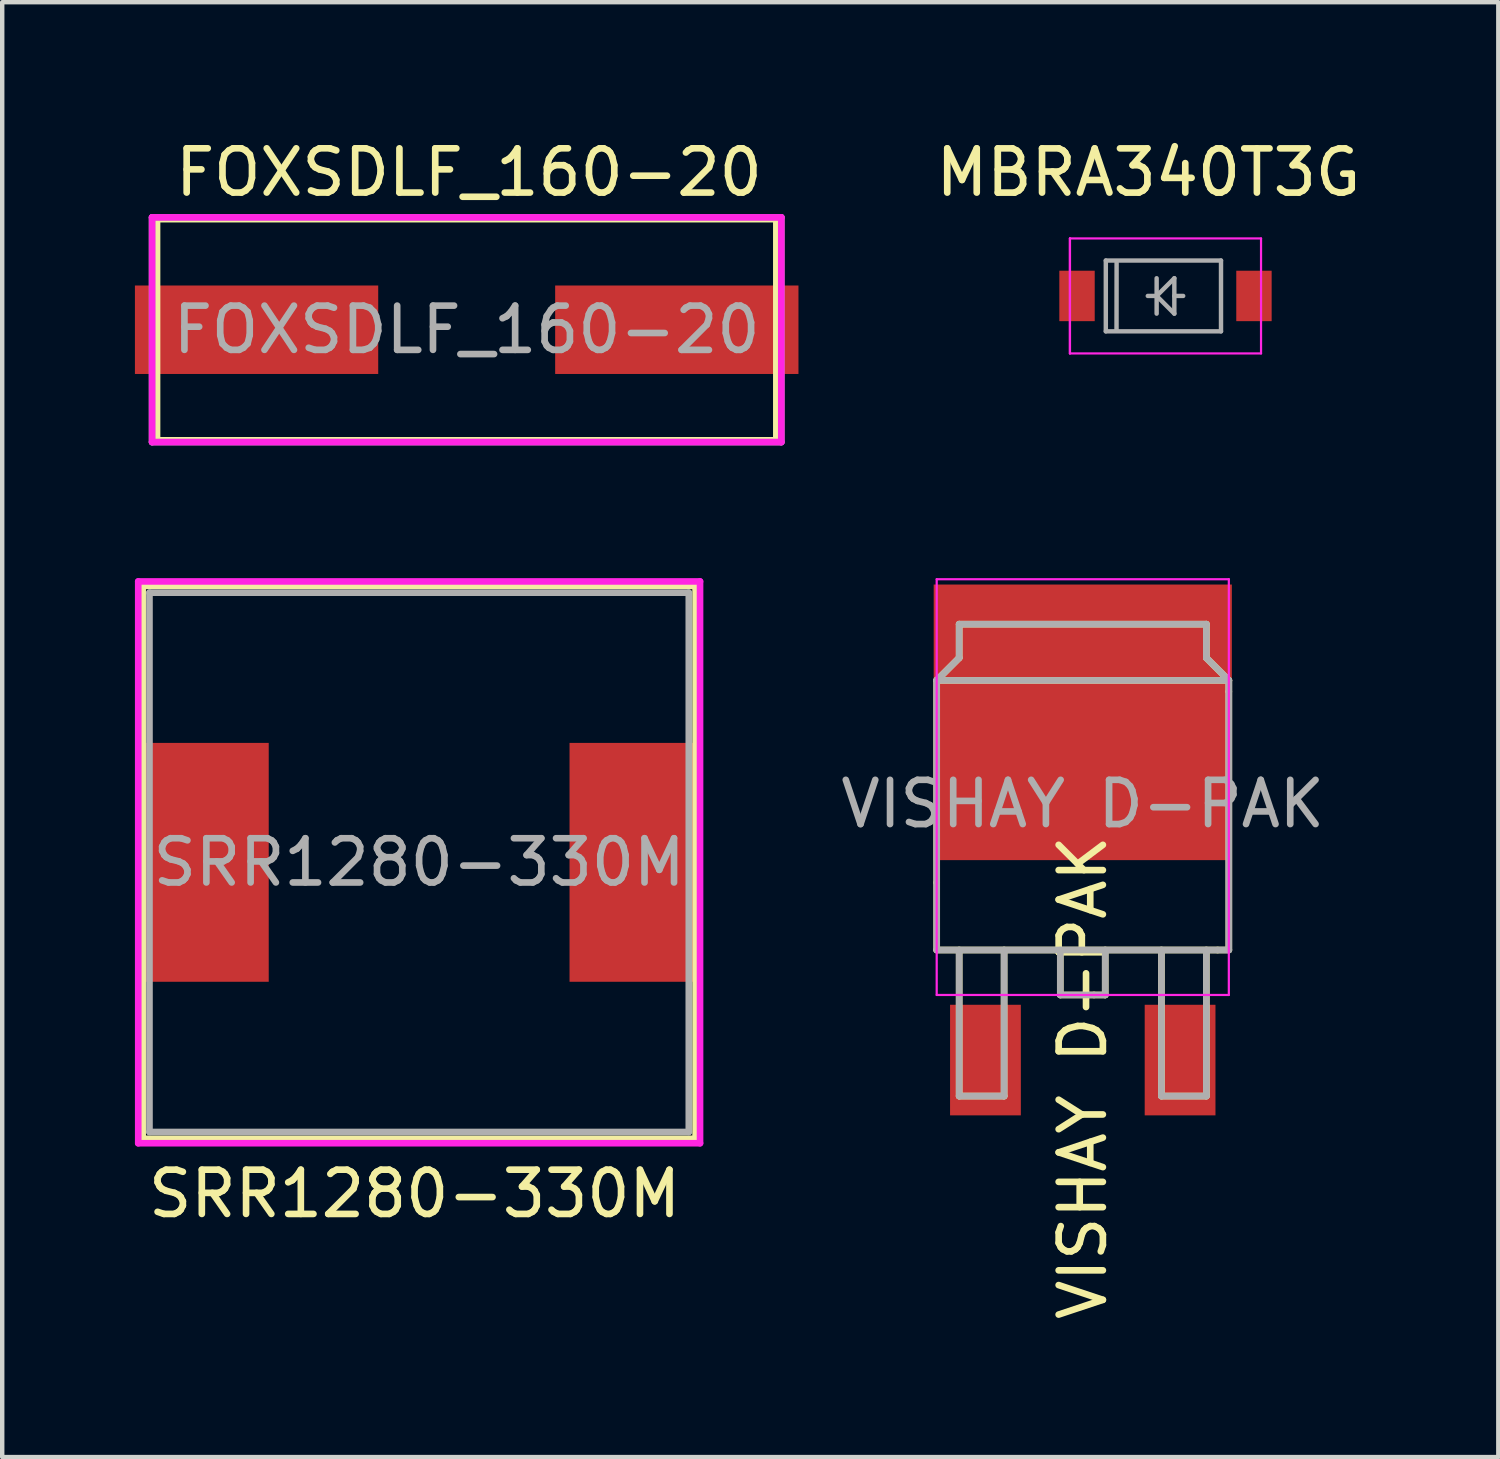
<source format=kicad_pcb>
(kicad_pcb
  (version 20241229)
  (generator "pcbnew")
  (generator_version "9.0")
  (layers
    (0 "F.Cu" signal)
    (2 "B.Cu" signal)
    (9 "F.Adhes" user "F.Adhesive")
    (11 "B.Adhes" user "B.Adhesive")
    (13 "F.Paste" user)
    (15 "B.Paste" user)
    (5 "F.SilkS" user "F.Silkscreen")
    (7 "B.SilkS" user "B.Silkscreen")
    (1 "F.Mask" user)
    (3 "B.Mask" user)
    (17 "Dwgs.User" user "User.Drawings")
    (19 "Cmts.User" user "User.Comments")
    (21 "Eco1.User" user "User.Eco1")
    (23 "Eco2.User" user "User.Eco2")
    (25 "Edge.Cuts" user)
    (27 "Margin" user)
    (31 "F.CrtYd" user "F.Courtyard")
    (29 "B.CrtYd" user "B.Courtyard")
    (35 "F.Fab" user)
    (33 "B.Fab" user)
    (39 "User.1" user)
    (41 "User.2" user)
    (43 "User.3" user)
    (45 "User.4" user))
  (footprint "MBRA340T3G"
    (layer "F.Cu")
    (at 23.297 3.64)
    (property "Reference" "MBRA340T3G" (at -0.386 -2.791 0) (layer "F.SilkS") (effects (font (size 1 1) (thickness 0.15))))
    (attr smd)
    (fp_line (start -2.16 -1.3) (end -2.16 1.3) (stroke (width 0.05) (type solid)) (layer "F.CrtYd"))
    (fp_line (start -2.16 -1.3) (end -2.16 1.3) (stroke (width 0.05) (type solid)) (layer "F.CrtYd"))
    (fp_line (start -2.16 -1.3) (end 2.16 -1.3) (stroke (width 0.05) (type solid)) (layer "F.CrtYd"))
    (fp_line (start -2.16 1.3) (end 2.16 1.3) (stroke (width 0.05) (type solid)) (layer "F.CrtYd"))
    (fp_line (start 2.16 1.3) (end 2.16 -1.3) (stroke (width 0.05) (type solid)) (layer "F.CrtYd"))
    (fp_line (start -1.349 -0.8) (end 1.255 -0.8) (stroke (width 0.1) (type solid)) (layer "F.Fab"))
    (fp_line (start -1.349 0.8) (end -1.349 -0.8) (stroke (width 0.1) (type solid)) (layer "F.Fab"))
    (fp_line (start -1.105 -0.752) (end -1.107 0.775) (stroke (width 0.1) (type solid)) (layer "F.Fab"))
    (fp_line (start -0.4 0) (end -0.2 0) (stroke (width 0.1) (type solid)) (layer "F.Fab"))
    (fp_line (start -0.2 -0.4) (end -0.2 0) (stroke (width 0.1) (type solid)) (layer "F.Fab"))
    (fp_line (start -0.2 0) (end -0.2 0.4) (stroke (width 0.1) (type solid)) (layer "F.Fab"))
    (fp_line (start -0.2 0) (end 0.2 -0.4) (stroke (width 0.1) (type solid)) (layer "F.Fab"))
    (fp_line (start 0.2 -0.4) (end 0.2 0.4) (stroke (width 0.1) (type solid)) (layer "F.Fab"))
    (fp_line (start 0.2 0) (end 0.4 0) (stroke (width 0.1) (type solid)) (layer "F.Fab"))
    (fp_line (start 0.2 0.4) (end -0.2 0) (stroke (width 0.1) (type solid)) (layer "F.Fab"))
    (fp_line (start 1.255 -0.8) (end 1.255 0.8) (stroke (width 0.1) (type solid)) (layer "F.Fab"))
    (fp_line (start 1.255 0.8) (end -1.349 0.8) (stroke (width 0.1) (type solid)) (layer "F.Fab"))
    (pad "1" smd rect (at -2 0 180) (size 0.8 1.14) (layers "F.Cu" "F.Mask" "F.Paste"))
    (pad "2" smd rect (at 2 0 180) (size 0.8 1.14) (layers "F.Cu" "F.Mask" "F.Paste")))
  (footprint "VISHAY D-PAK"
    (layer "F.Cu")
    (at 21.427 17.664)
    (property "Reference" "VISHAY D-PAK" (at 0 3.646 270) (layer "F.SilkS") (effects (font (size 1 1) (thickness 0.15))))
    (attr through_hole)
    (fp_line (start -3.302 -5.334) (end -3.302 -0.762) (stroke (width 0.15) (type solid)) (layer "F.SilkS"))
    (fp_line (start -3.302 -0.762) (end -3.302 0.762) (stroke (width 0.15) (type solid)) (layer "F.SilkS"))
    (fp_line (start -3.302 0.762) (end 3.048 0.762) (stroke (width 0.15) (type solid)) (layer "F.SilkS"))
    (fp_line (start -2.794 -6.604) (end -2.794 -5.842) (stroke (width 0.15) (type solid)) (layer "F.SilkS"))
    (fp_line (start -2.794 -5.842) (end -3.302 -5.334) (stroke (width 0.15) (type solid)) (layer "F.SilkS"))
    (fp_line (start -2.794 0.762) (end -2.794 4.064) (stroke (width 0.15) (type solid)) (layer "F.SilkS"))
    (fp_line (start -2.794 4.064) (end -1.778 4.064) (stroke (width 0.15) (type solid)) (layer "F.SilkS"))
    (fp_line (start -1.778 4.064) (end -1.778 0.762) (stroke (width 0.15) (type solid)) (layer "F.SilkS"))
    (fp_line (start -0.508 0.762) (end -0.508 1.778) (stroke (width 0.15) (type solid)) (layer "F.SilkS"))
    (fp_line (start -0.508 1.778) (end 0.254 1.778) (stroke (width 0.15) (type solid)) (layer "F.SilkS"))
    (fp_line (start 0.254 1.778) (end 0.508 1.778) (stroke (width 0.15) (type solid)) (layer "F.SilkS"))
    (fp_line (start 0.508 1.778) (end 0.508 0.762) (stroke (width 0.15) (type solid)) (layer "F.SilkS"))
    (fp_line (start 1.778 0.762) (end 1.778 4.064) (stroke (width 0.15) (type solid)) (layer "F.SilkS"))
    (fp_line (start 2.794 -6.604) (end -2.794 -6.604) (stroke (width 0.15) (type solid)) (layer "F.SilkS"))
    (fp_line (start 2.794 -5.842) (end 2.794 -6.604) (stroke (width 0.15) (type solid)) (layer "F.SilkS"))
    (fp_line (start 2.794 4.064) (end 1.778 4.064) (stroke (width 0.15) (type solid)) (layer "F.SilkS"))
    (fp_line (start 2.794 4.064) (end 2.794 0.762) (stroke (width 0.15) (type solid)) (layer "F.SilkS"))
    (fp_line (start 3.048 0.762) (end 3.302 0.762) (stroke (width 0.15) (type solid)) (layer "F.SilkS"))
    (fp_line (start 3.302 -5.334) (end -3.302 -5.334) (stroke (width 0.15) (type solid)) (layer "F.SilkS"))
    (fp_line (start 3.302 -5.334) (end 2.794 -5.842) (stroke (width 0.15) (type solid)) (layer "F.SilkS"))
    (fp_line (start 3.302 -5.334) (end 3.302 -5.08) (stroke (width 0.15) (type solid)) (layer "F.SilkS"))
    (fp_line (start 3.302 0.762) (end 3.302 -5.08) (stroke (width 0.15) (type solid)) (layer "F.SilkS"))
    (fp_line (start -3.302 -7.62) (end -3.302 1.778) (stroke (width 0.05) (type solid)) (layer "F.CrtYd"))
    (fp_line (start -3.302 1.778) (end 3.302 1.778) (stroke (width 0.05) (type solid)) (layer "F.CrtYd"))
    (fp_line (start 3.302 -7.62) (end -3.302 -7.62) (stroke (width 0.05) (type solid)) (layer "F.CrtYd"))
    (fp_line (start 3.302 1.778) (end 3.302 -7.62) (stroke (width 0.05) (type solid)) (layer "F.CrtYd"))
    (fp_line (start -3.302 -5.334) (end 3.302 -5.334) (stroke (width 0.15) (type solid)) (layer "F.Fab"))
    (fp_line (start -3.302 0.762) (end -3.302 -5.334) (stroke (width 0.15) (type solid)) (layer "F.Fab"))
    (fp_line (start -2.794 -6.604) (end -2.794 -5.842) (stroke (width 0.15) (type solid)) (layer "F.Fab"))
    (fp_line (start -2.794 -5.842) (end -3.302 -5.334) (stroke (width 0.15) (type solid)) (layer "F.Fab"))
    (fp_line (start -2.794 0.762) (end -2.794 4.064) (stroke (width 0.15) (type solid)) (layer "F.Fab"))
    (fp_line (start -2.794 4.064) (end -1.778 4.064) (stroke (width 0.15) (type solid)) (layer "F.Fab"))
    (fp_line (start -1.778 4.064) (end -1.778 0.762) (stroke (width 0.15) (type solid)) (layer "F.Fab"))
    (fp_line (start -0.508 0.762) (end -0.508 1.778) (stroke (width 0.15) (type solid)) (layer "F.Fab"))
    (fp_line (start -0.508 1.778) (end 0.508 1.778) (stroke (width 0.15) (type solid)) (layer "F.Fab"))
    (fp_line (start 0.508 1.778) (end 0.508 0.762) (stroke (width 0.15) (type solid)) (layer "F.Fab"))
    (fp_line (start 1.778 0.762) (end 1.778 4.064) (stroke (width 0.15) (type solid)) (layer "F.Fab"))
    (fp_line (start 1.778 4.064) (end 2.794 4.064) (stroke (width 0.15) (type solid)) (layer "F.Fab"))
    (fp_line (start 2.794 -6.604) (end -2.794 -6.604) (stroke (width 0.15) (type solid)) (layer "F.Fab"))
    (fp_line (start 2.794 -5.842) (end 2.794 -6.604) (stroke (width 0.15) (type solid)) (layer "F.Fab"))
    (fp_line (start 2.794 4.064) (end 2.794 0.762) (stroke (width 0.15) (type solid)) (layer "F.Fab"))
    (fp_line (start 3.302 -5.334) (end 2.794 -5.842) (stroke (width 0.15) (type solid)) (layer "F.Fab"))
    (fp_line (start 3.302 -5.334) (end 3.302 0.762) (stroke (width 0.15) (type solid)) (layer "F.Fab"))
    (fp_line (start 3.302 0.762) (end -3.302 0.762) (stroke (width 0.15) (type solid)) (layer "F.Fab"))
    (fp_text user "${REFERENCE}" (at 0 -2.54 0) (layer "F.Fab") (effects (font (size 1 1) (thickness 0.15))))
    (pad "1" smd rect (at -2.2 3.25) (size 1.6 2.5) (layers "F.Cu" "F.Mask" "F.Paste"))
    (pad "2" smd rect (at 0 -4.385) (size 6.74 6.23) (layers "F.Cu" "F.Mask" "F.Paste"))
    (pad "3" smd rect (at 2.2 3.25) (size 1.6 2.5) (layers "F.Cu" "F.Mask" "F.Paste")))
  (footprint "FOXSDLF_160-20"
    (layer "F.Cu")
    (at 7.5 4.404)
    (property "Reference" "FOXSDLF_160-20" (at 0.051 -3.556 0) (layer "F.SilkS") (effects (font (size 1 1) (thickness 0.15))))
    (attr through_hole)
    (fp_line (start -7 -2.5) (end -7 2.5) (stroke (width 0.15) (type solid)) (layer "F.SilkS"))
    (fp_line (start -7 -2.5) (end 7 -2.5) (stroke (width 0.15) (type solid)) (layer "F.SilkS"))
    (fp_line (start -7 2.5) (end 7 2.5) (stroke (width 0.15) (type solid)) (layer "F.SilkS"))
    (fp_line (start 7 2.5) (end 7 -2.5) (stroke (width 0.15) (type solid)) (layer "F.SilkS"))
    (fp_line (start -7.112 -2.54) (end 7.112 -2.54) (stroke (width 0.15) (type solid)) (layer "F.CrtYd"))
    (fp_line (start -7.112 2.54) (end -7.112 -2.54) (stroke (width 0.15) (type solid)) (layer "F.CrtYd"))
    (fp_line (start 7.112 -2.54) (end 7.112 2.54) (stroke (width 0.15) (type solid)) (layer "F.CrtYd"))
    (fp_line (start 7.112 2.54) (end -7.112 2.54) (stroke (width 0.15) (type solid)) (layer "F.CrtYd"))
    (fp_line (start -7.112 -2.54) (end 7.112 -2.54) (stroke (width 0.15) (type solid)) (layer "F.Fab"))
    (fp_line (start -7.112 2.54) (end -7.112 -2.54) (stroke (width 0.15) (type solid)) (layer "F.Fab"))
    (fp_line (start 7.112 -2.54) (end 7.112 2.54) (stroke (width 0.15) (type solid)) (layer "F.Fab"))
    (fp_line (start 7.112 2.54) (end -7.112 2.54) (stroke (width 0.15) (type solid)) (layer "F.Fab"))
    (fp_text user "${REFERENCE}" (at 0 0 0) (layer "F.Fab") (effects (font (size 1 1) (thickness 0.15))))
    (pad "1" smd rect (at -4.75 0) (size 5.5 2) (layers "F.Cu" "F.Mask" "F.Paste"))
    (pad "2" smd rect (at 4.75 0) (size 5.5 2) (layers "F.Cu" "F.Mask" "F.Paste")))
  (footprint "SRR1280-330M"
    (layer "F.Cu")
    (at 6.425 16.444)
    (property "Reference" "SRR1280-330M" (at -0.103 7.493 0) (layer "F.SilkS") (effects (font (size 1 1) (thickness 0.15))))
    (attr smd)
    (fp_line (start -6.25 6.25) (end -6.25 -6.25) (stroke (width 0.15) (type solid)) (layer "F.SilkS"))
    (fp_line (start -6.25 6.25) (end 6.25 6.25) (stroke (width 0.15) (type solid)) (layer "F.SilkS"))
    (fp_line (start 6.25 -6.25) (end -6.25 -6.25) (stroke (width 0.15) (type solid)) (layer "F.SilkS"))
    (fp_line (start 6.25 -6.25) (end 6.25 6.25) (stroke (width 0.15) (type solid)) (layer "F.SilkS"))
    (fp_line (start -6.35 -6.35) (end 6.35 -6.35) (stroke (width 0.15) (type solid)) (layer "F.CrtYd"))
    (fp_line (start -6.35 6.35) (end -6.35 -6.35) (stroke (width 0.15) (type solid)) (layer "F.CrtYd"))
    (fp_line (start 6.35 -6.35) (end 6.35 6.35) (stroke (width 0.15) (type solid)) (layer "F.CrtYd"))
    (fp_line (start 6.35 6.35) (end -6.35 6.35) (stroke (width 0.15) (type solid)) (layer "F.CrtYd"))
    (fp_line (start -6.096 -6.096) (end 6.096 -6.096) (stroke (width 0.15) (type solid)) (layer "F.Fab"))
    (fp_line (start -6.096 6.096) (end -6.096 -6.096) (stroke (width 0.15) (type solid)) (layer "F.Fab"))
    (fp_line (start 6.096 -6.096) (end 6.096 6.096) (stroke (width 0.15) (type solid)) (layer "F.Fab"))
    (fp_line (start 6.096 6.096) (end -6.096 6.096) (stroke (width 0.15) (type solid)) (layer "F.Fab"))
    (fp_text user "${REFERENCE}" (at 0 0 0) (layer "F.Fab") (effects (font (size 1 1) (thickness 0.15))))
    (pad "1" smd rect (at -4.85 0) (size 2.9 5.4) (layers "F.Cu" "F.Mask" "F.Paste"))
    (pad "2" smd rect (at 4.85 0) (size 2.9 5.4) (layers "F.Cu" "F.Mask" "F.Paste")))
  (gr_rect
    (start -3 -3)
    (end 30.821 29.888)
    (stroke (width 0.1) (type default))
    (fill no)
    (layer "Edge.Cuts")))
</source>
